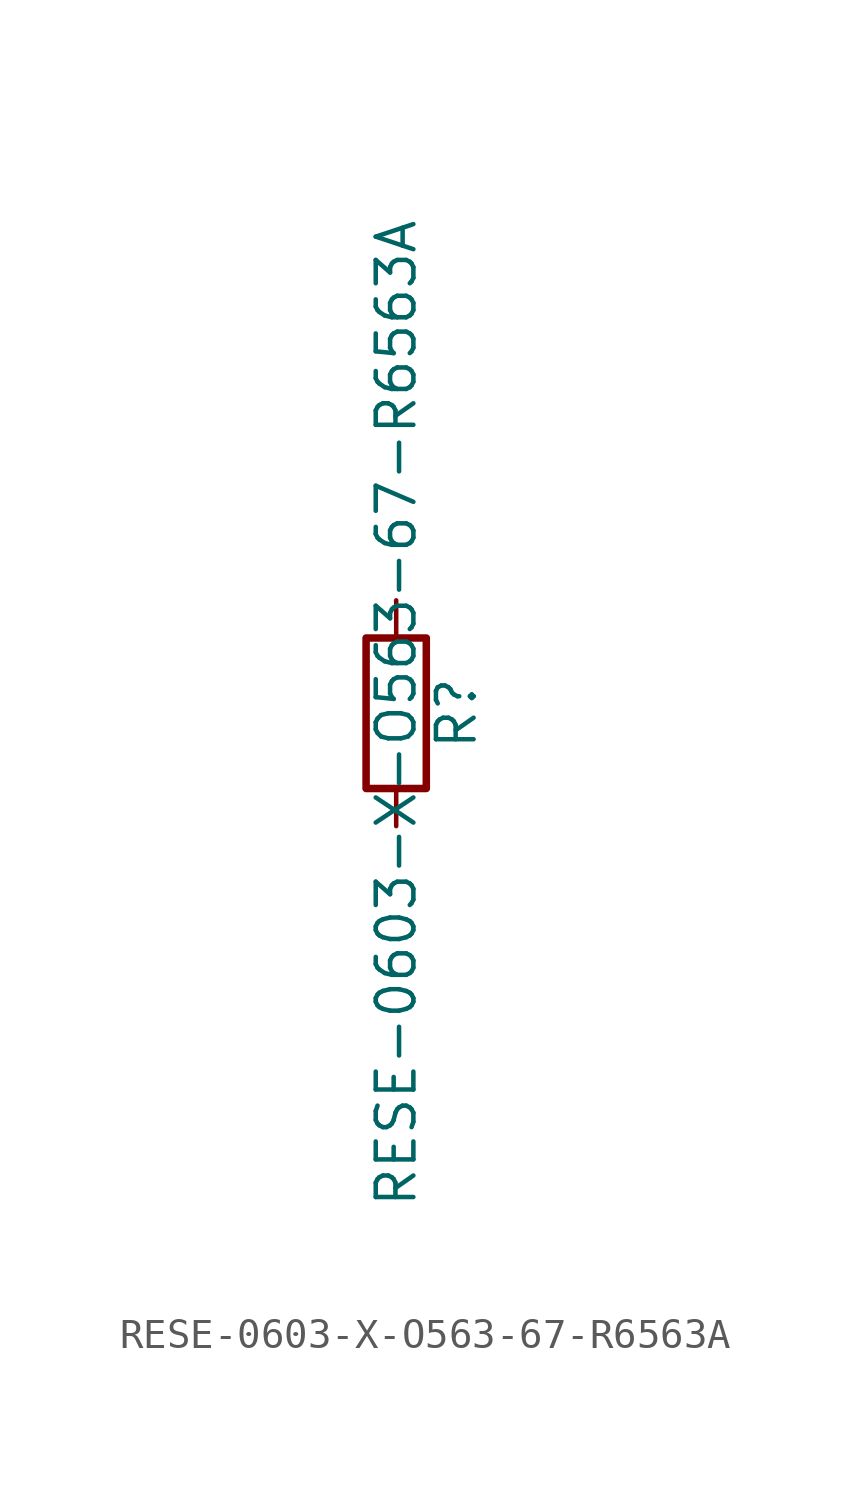
<source format=kicad_sym>
(kicad_symbol_lib
  (version 20211014)
  (generator kicad_symbol_editor)
  (symbol "RESE-0603-X-O563-67-R6563A"
    (pin_numbers hide)
    (pin_names
      (offset 0))
    (property "Reference" "R"
      (at 2.032 0 90)
      (effects (font (size 1.27 1.27))))
    (property "Value" "RESE-0603-X-O563-67-R6563A"
      (at 0 0 90)
      (effects (font (size 1.27 1.27))))
    (symbol "RESE-0603-X-O563-67-R6563A_0_1"
      (rectangle (start -1.016 -2.54) (end 1.016 2.54) (stroke (width 0.254) (type default) (color 0 0 0 0)) (fill (type none))))
    (symbol "RESE-0603-X-O563-67-R6563A_1_1"
      (pin passive line (at 0 3.81 270) (length 1.27) (name "~" (effects (font (size 1.27 1.27)))) (number "1" (effects (font (size 1.27 1.27)))))
      (pin passive line (at 0 -3.81 90) (length 1.27) (name "~" (effects (font (size 1.27 1.27)))) (number "2" (effects (font (size 1.27 1.27))))))))
</source>
